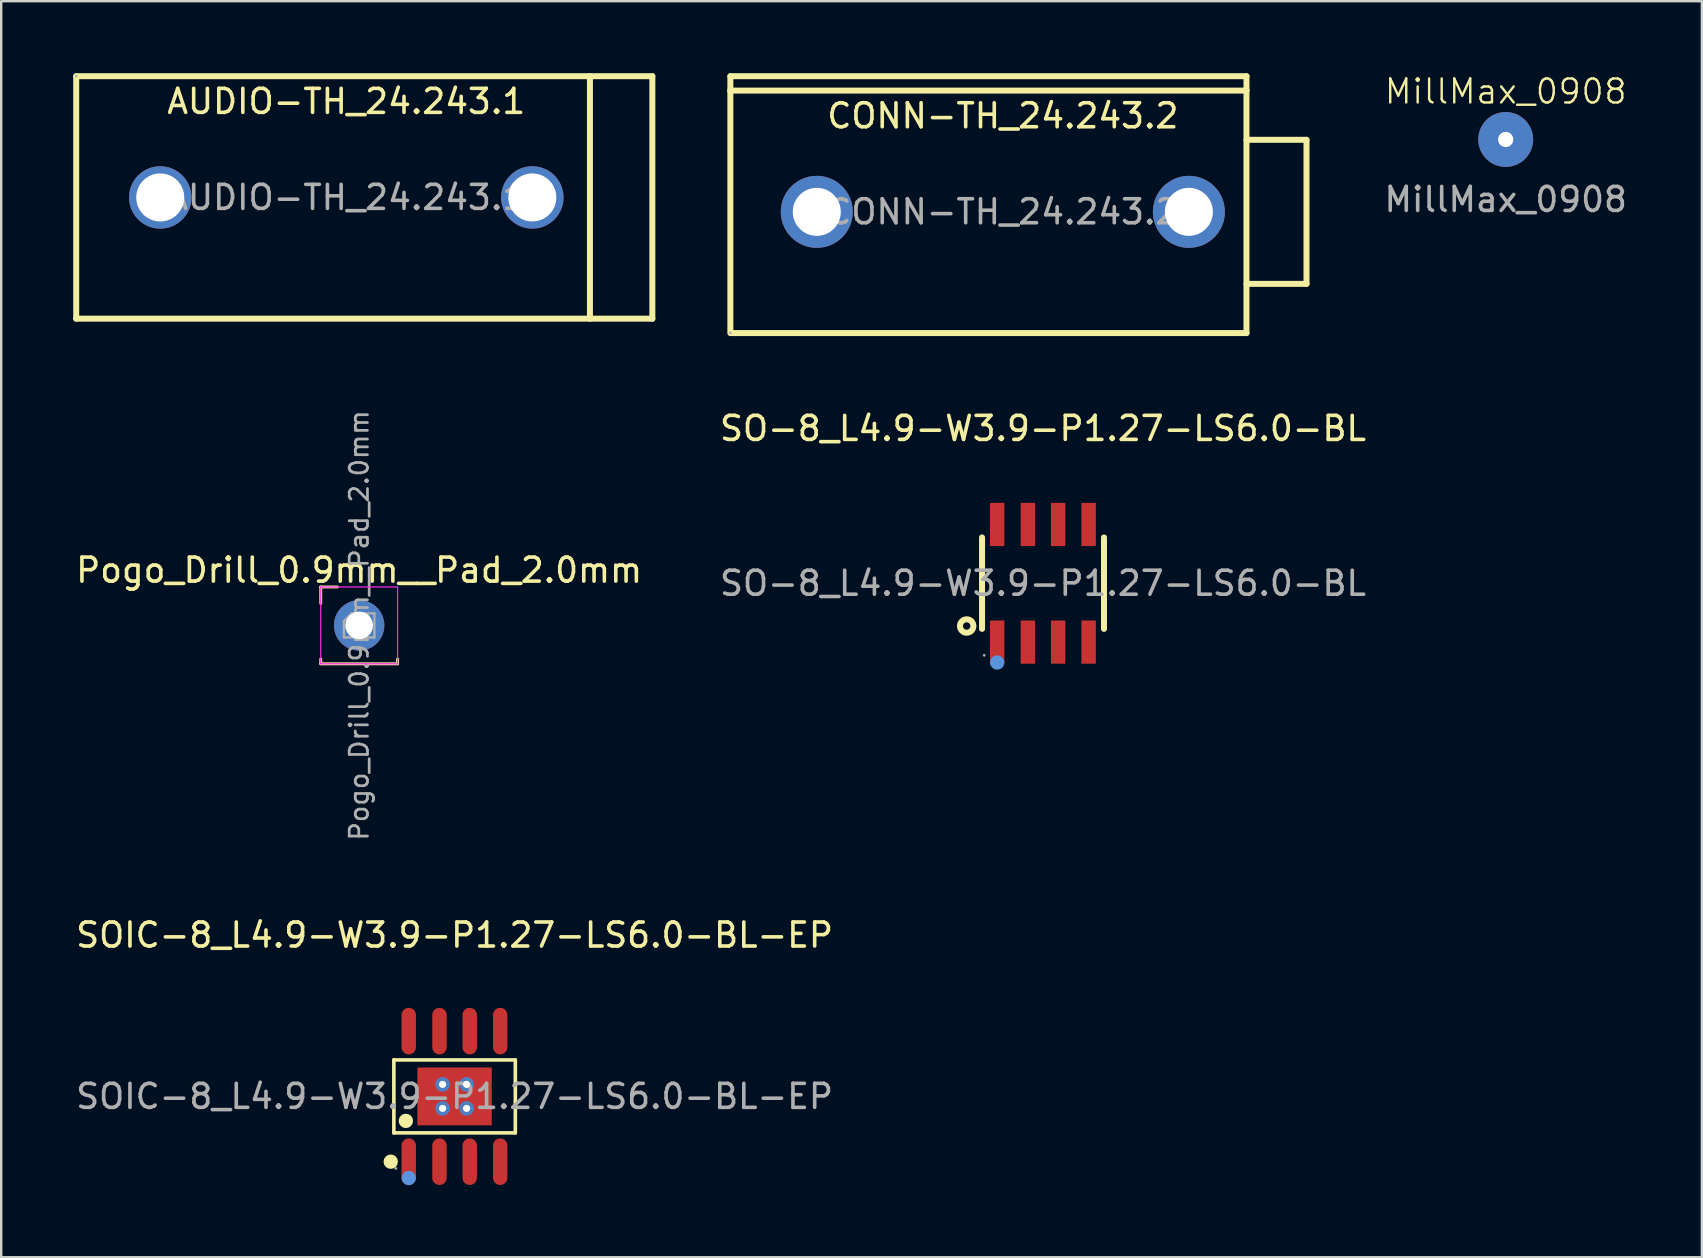
<source format=kicad_pcb>
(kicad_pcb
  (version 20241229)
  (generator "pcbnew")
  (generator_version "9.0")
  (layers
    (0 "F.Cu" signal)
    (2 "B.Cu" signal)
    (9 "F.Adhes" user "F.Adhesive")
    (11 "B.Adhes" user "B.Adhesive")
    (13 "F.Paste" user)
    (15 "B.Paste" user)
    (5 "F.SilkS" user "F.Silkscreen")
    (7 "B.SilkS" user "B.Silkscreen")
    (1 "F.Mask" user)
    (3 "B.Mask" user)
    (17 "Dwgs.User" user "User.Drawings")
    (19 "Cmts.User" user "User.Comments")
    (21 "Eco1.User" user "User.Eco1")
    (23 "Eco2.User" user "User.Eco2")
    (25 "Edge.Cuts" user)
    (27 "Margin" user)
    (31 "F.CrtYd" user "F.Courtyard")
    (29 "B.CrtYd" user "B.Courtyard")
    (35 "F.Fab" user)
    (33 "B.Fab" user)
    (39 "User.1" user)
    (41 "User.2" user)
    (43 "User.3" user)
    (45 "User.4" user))
  (footprint "CONN-TH_24.243.2"
    (layer "F.Cu")
    (at 38.725 5.775)
    (property "Reference" "CONN-TH_24.243.2" (at 0 -4 0) (layer "F.SilkS") (effects (font (size 1 1) (thickness 0.15))))
    (attr through_hole)
    (fp_line (start -11.35 -5.65) (end 10.15 -5.65) (stroke (width 0.25) (type solid)) (layer "F.SilkS"))
    (fp_line (start -11.35 -5.05) (end -11.35 -5.65) (stroke (width 0.25) (type solid)) (layer "F.SilkS"))
    (fp_line (start -11.35 -5.05) (end 10.15 -5.05) (stroke (width 0.25) (type solid)) (layer "F.SilkS"))
    (fp_line (start -11.35 5.05) (end -11.35 -5.05) (stroke (width 0.25) (type solid)) (layer "F.SilkS"))
    (fp_line (start 10.15 -5.65) (end 10.15 -5.05) (stroke (width 0.25) (type solid)) (layer "F.SilkS"))
    (fp_line (start 10.15 -5.05) (end 10.15 5.05) (stroke (width 0.25) (type solid)) (layer "F.SilkS"))
    (fp_line (start 10.15 -3) (end 12.65 -3) (stroke (width 0.25) (type solid)) (layer "F.SilkS"))
    (fp_line (start 10.15 5.05) (end -11.32 5.05) (stroke (width 0.25) (type solid)) (layer "F.SilkS"))
    (fp_line (start 12.65 -3) (end 12.65 3) (stroke (width 0.25) (type solid)) (layer "F.SilkS"))
    (fp_line (start 12.65 3) (end 10.15 3) (stroke (width 0.25) (type solid)) (layer "F.SilkS"))
    (fp_circle (center -11.35 5.05) (end -11.32 5.05) (stroke (width 0.06) (type solid)) (fill no) (layer "F.Fab"))
    (fp_text user "${REFERENCE}" (at 0 0 0) (layer "F.Fab") (effects (font (size 1 1) (thickness 0.15))))
    (pad "1" thru_hole circle (at -7.75 0) (size 3 3) (drill 2) (layers "*.Cu" "*.Mask"))
    (pad "2" thru_hole circle (at 7.75 0) (size 3 3) (drill 2) (layers "*.Cu" "*.Mask")))
  (footprint "SO-8_L4.9-W3.9-P1.27-LS6.0-BL"
    (layer "F.Cu")
    (at 40.399 21.248)
    (property "Reference" "SO-8_L4.9-W3.9-P1.27-LS6.0-BL" (at 0 -6.45 0) (layer "F.SilkS") (effects (font (size 1 1) (thickness 0.15))))
    (attr smd)
    (fp_line (start -2.54 -1.91) (end -2.54 1.9) (stroke (width 0.25) (type solid)) (layer "F.SilkS"))
    (fp_line (start 2.54 -1.91) (end 2.54 1.9) (stroke (width 0.25) (type solid)) (layer "F.SilkS"))
    (fp_circle (center -3.18 1.78) (end -2.9 1.78) (stroke (width 0.25) (type solid)) (fill no) (layer "F.SilkS"))
    (fp_circle (center -1.91 3.3) (end -1.76 3.3) (stroke (width 0.3) (type solid)) (fill no) (layer "Cmts.User"))
    (fp_circle (center -2.45 3) (end -2.42 3) (stroke (width 0.06) (type solid)) (fill no) (layer "F.Fab"))
    (fp_text user "${REFERENCE}" (at 0 0 0) (layer "F.Fab") (effects (font (size 1 1) (thickness 0.15))))
    (pad "1" smd rect (at -1.91 2.45) (size 0.6 1.8) (layers "F.Cu" "F.Mask" "F.Paste"))
    (pad "2" smd rect (at -0.63 2.45) (size 0.6 1.8) (layers "F.Cu" "F.Mask" "F.Paste"))
    (pad "3" smd rect (at 0.63 2.45) (size 0.6 1.8) (layers "F.Cu" "F.Mask" "F.Paste"))
    (pad "4" smd rect (at 1.9 2.45) (size 0.6 1.8) (layers "F.Cu" "F.Mask" "F.Paste"))
    (pad "5" smd rect (at 1.9 -2.45 180) (size 0.6 1.8) (layers "F.Cu" "F.Mask" "F.Paste"))
    (pad "6" smd rect (at 0.63 -2.45 180) (size 0.6 1.8) (layers "F.Cu" "F.Mask" "F.Paste"))
    (pad "7" smd rect (at -0.63 -2.45 180) (size 0.6 1.8) (layers "F.Cu" "F.Mask" "F.Paste"))
    (pad "8" smd rect (at -1.91 -2.45 180) (size 0.6 1.8) (layers "F.Cu" "F.Mask" "F.Paste")))
  (footprint "Pogo_Drill_0.9mm__Pad_2.0mm"
    (layer "F.Cu")
    (at 11.911 23.002)
    (property "Reference" "Pogo_Drill_0.9mm__Pad_2.0mm" (at 0 -2.3 0) (layer "F.SilkS") (effects (font (size 1 1) (thickness 0.15))))
    (attr through_hole)
    (fp_line (start -1.6 -1.6) (end -0.905 -1.6) (stroke (width 0.12) (type solid)) (layer "F.SilkS"))
    (fp_line (start -1.6 -0.915) (end -1.6 -1.6) (stroke (width 0.12) (type solid)) (layer "F.SilkS"))
    (fp_line (start -1.6 1.6) (end -1.6 1.4) (stroke (width 0.12) (type solid)) (layer "F.SilkS"))
    (fp_line (start -1.6 1.6) (end 1.6 1.6) (stroke (width 0.12) (type solid)) (layer "F.SilkS"))
    (fp_line (start 1.6 1.6) (end 1.6 1.4) (stroke (width 0.12) (type solid)) (layer "F.SilkS"))
    (fp_line (start -1.6 -1.6) (end -1.6 1.6) (stroke (width 0.05) (type solid)) (layer "F.CrtYd"))
    (fp_line (start -1.6 1.6) (end 1.6 1.6) (stroke (width 0.05) (type solid)) (layer "F.CrtYd"))
    (fp_line (start 1.6 -1.6) (end -1.6 -1.6) (stroke (width 0.05) (type solid)) (layer "F.CrtYd"))
    (fp_line (start 1.6 1.6) (end 1.6 -1.6) (stroke (width 0.05) (type solid)) (layer "F.CrtYd"))
    (fp_line (start -0.635 -0.182) (end -0.318 -0.5) (stroke (width 0.1) (type solid)) (layer "F.Fab"))
    (fp_line (start -0.635 0.5) (end -0.635 -0.182) (stroke (width 0.1) (type solid)) (layer "F.Fab"))
    (fp_line (start -0.318 -0.5) (end 0.635 -0.5) (stroke (width 0.1) (type solid)) (layer "F.Fab"))
    (fp_line (start 0.635 -0.5) (end 0.635 0.5) (stroke (width 0.1) (type solid)) (layer "F.Fab"))
    (fp_line (start 0.635 0.5) (end -0.635 0.5) (stroke (width 0.1) (type solid)) (layer "F.Fab"))
    (fp_text user "${REFERENCE}" (at 0 0 90) (layer "F.Fab") (effects (font (size 0.76 0.76) (thickness 0.114))))
    (pad "1" thru_hole circle (at 0 0) (size 2.1 2.1) (drill 1.15) (layers "*.Cu" "*.Mask")))
  (footprint "SOIC-8_L4.9-W3.9-P1.27-LS6.0-BL-EP"
    (layer "F.Cu")
    (at 15.887 42.623)
    (property "Reference" "SOIC-8_L4.9-W3.9-P1.27-LS6.0-BL-EP" (at 0 -6.72 0) (layer "F.SilkS") (effects (font (size 1 1) (thickness 0.15))))
    (attr smd)
    (fp_line (start -2.53 -1.52) (end 2.53 -1.52) (stroke (width 0.15) (type solid)) (layer "F.SilkS"))
    (fp_line (start -2.53 1.52) (end -2.53 -1.52) (stroke (width 0.15) (type solid)) (layer "F.SilkS"))
    (fp_line (start 2.53 -1.52) (end 2.53 1.52) (stroke (width 0.15) (type solid)) (layer "F.SilkS"))
    (fp_line (start 2.53 1.52) (end -2.53 1.52) (stroke (width 0.15) (type solid)) (layer "F.SilkS"))
    (fp_circle (center -2.66 2.72) (end -2.51 2.72) (stroke (width 0.3) (type solid)) (fill no) (layer "F.SilkS"))
    (fp_circle (center -2.03 1.02) (end -1.88 1.02) (stroke (width 0.3) (type solid)) (fill no) (layer "F.SilkS"))
    (fp_circle (center -1.91 3.4) (end -1.76 3.4) (stroke (width 0.3) (type solid)) (fill no) (layer "Cmts.User"))
    (fp_circle (center -2.45 3) (end -2.42 3) (stroke (width 0.06) (type solid)) (fill no) (layer "F.Fab"))
    (fp_text user "${REFERENCE}" (at 0 0 0) (layer "F.Fab") (effects (font (size 1 1) (thickness 0.15))))
    (pad "" thru_hole circle (at -0.5 -0.5) (size 0.61 0.61) (drill 0.3) (layers "*.Cu" "*.Paste" "*.Mask"))
    (pad "" thru_hole circle (at -0.5 0.5) (size 0.61 0.61) (drill 0.3) (layers "*.Cu" "*.Paste" "*.Mask"))
    (pad "" thru_hole circle (at 0.5 -0.5) (size 0.61 0.61) (drill 0.3) (layers "*.Cu" "*.Paste" "*.Mask"))
    (pad "" thru_hole circle (at 0.5 0.5) (size 0.61 0.61) (drill 0.3) (layers "*.Cu" "*.Paste" "*.Mask"))
    (pad "1" smd oval (at -1.91 2.72) (size 0.6 1.94) (layers "F.Cu" "F.Mask" "F.Paste"))
    (pad "2" smd oval (at -0.63 2.72) (size 0.6 1.94) (layers "F.Cu" "F.Mask" "F.Paste"))
    (pad "3" smd oval (at 0.63 2.72) (size 0.6 1.94) (layers "F.Cu" "F.Mask" "F.Paste"))
    (pad "4" smd oval (at 1.9 2.72) (size 0.6 1.94) (layers "F.Cu" "F.Mask" "F.Paste"))
    (pad "5" smd oval (at 1.9 -2.72) (size 0.6 1.94) (layers "F.Cu" "F.Mask" "F.Paste"))
    (pad "6" smd oval (at 0.63 -2.72) (size 0.6 1.94) (layers "F.Cu" "F.Mask" "F.Paste"))
    (pad "7" smd oval (at -0.63 -2.72) (size 0.6 1.94) (layers "F.Cu" "F.Mask" "F.Paste"))
    (pad "8" smd oval (at -1.91 -2.72) (size 0.6 1.94) (layers "F.Cu" "F.Mask" "F.Paste"))
    (pad "9" smd rect (at 0 0) (size 3.1 2.41) (layers "F.Cu" "F.Mask" "F.Paste")))
  (footprint "AUDIO-TH_24.243.1"
    (layer "F.Cu")
    (at 11.375 5.175)
    (property "Reference" "AUDIO-TH_24.243.1" (at 0 -4 0) (layer "F.SilkS") (effects (font (size 1 1) (thickness 0.15))))
    (attr through_hole)
    (fp_line (start -11.25 -5.05) (end 12.75 -5.05) (stroke (width 0.25) (type solid)) (layer "F.SilkS"))
    (fp_line (start -11.25 5.05) (end -11.25 -5.05) (stroke (width 0.25) (type solid)) (layer "F.SilkS"))
    (fp_line (start 10.15 -5.05) (end 10.15 5.05) (stroke (width 0.25) (type solid)) (layer "F.SilkS"))
    (fp_line (start 12.75 -5.05) (end 12.75 5.05) (stroke (width 0.25) (type solid)) (layer "F.SilkS"))
    (fp_line (start 12.75 5.05) (end -11.25 5.05) (stroke (width 0.25) (type solid)) (layer "F.SilkS"))
    (fp_circle (center -11.25 -5.05) (end -11.22 -5.05) (stroke (width 0.06) (type solid)) (fill no) (layer "F.Fab"))
    (fp_text user "${REFERENCE}" (at 0 0 0) (layer "F.Fab") (effects (font (size 1 1) (thickness 0.15))))
    (pad "1" thru_hole circle (at -7.75 0) (size 2.6 2.6) (drill 2) (layers "*.Cu" "*.Mask"))
    (pad "2" thru_hole circle (at 7.75 0) (size 2.6 2.6) (drill 2) (layers "*.Cu" "*.Mask")))
  (footprint "MillMax_0908"
    (layer "F.Cu")
    (at 59.673 2.76)
    (property "Reference" "MillMax_0908" (at 0 -2 0) (unlocked yes) (layer "F.SilkS") (effects (font (size 1 1) (thickness 0.1))))
    (attr through_hole)
    (fp_text user "${REFERENCE}" (at 0 2.5 0) (unlocked yes) (layer "F.Fab") (effects (font (size 1 1) (thickness 0.15))))
    (pad "1" thru_hole circle (at 0 0) (size 2.286 2.286) (drill 0.635) (layers "*.Cu" "*.Mask")))
  (gr_rect
    (start -3 -3)
    (end 67.845 49.323)
    (stroke (width 0.1) (type default))
    (fill no)
    (layer "Edge.Cuts")))
</source>
